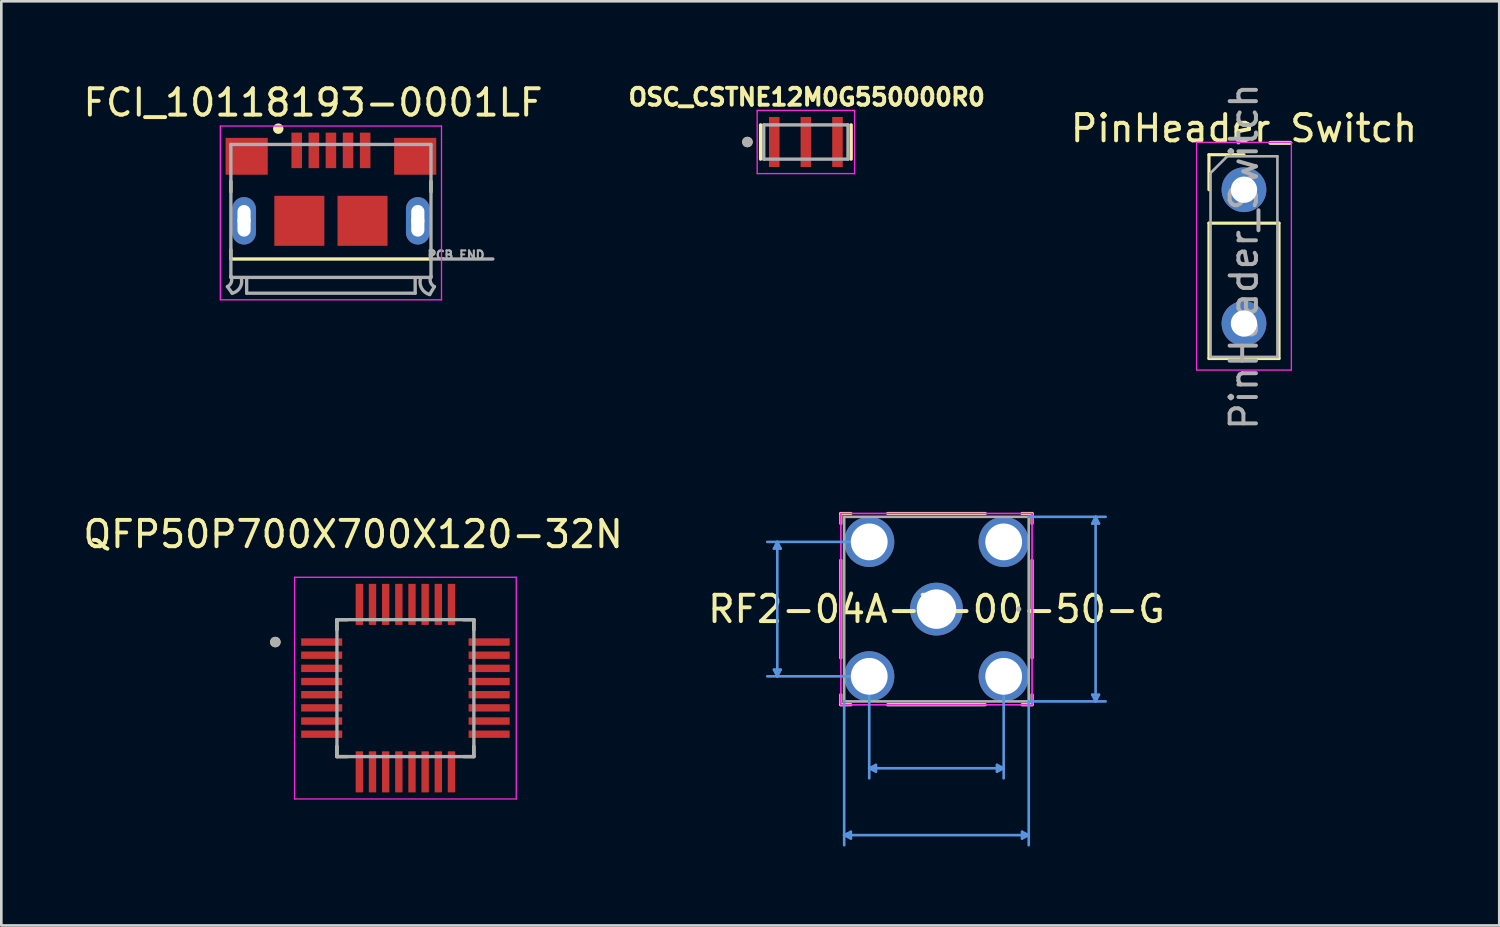
<source format=kicad_pcb>
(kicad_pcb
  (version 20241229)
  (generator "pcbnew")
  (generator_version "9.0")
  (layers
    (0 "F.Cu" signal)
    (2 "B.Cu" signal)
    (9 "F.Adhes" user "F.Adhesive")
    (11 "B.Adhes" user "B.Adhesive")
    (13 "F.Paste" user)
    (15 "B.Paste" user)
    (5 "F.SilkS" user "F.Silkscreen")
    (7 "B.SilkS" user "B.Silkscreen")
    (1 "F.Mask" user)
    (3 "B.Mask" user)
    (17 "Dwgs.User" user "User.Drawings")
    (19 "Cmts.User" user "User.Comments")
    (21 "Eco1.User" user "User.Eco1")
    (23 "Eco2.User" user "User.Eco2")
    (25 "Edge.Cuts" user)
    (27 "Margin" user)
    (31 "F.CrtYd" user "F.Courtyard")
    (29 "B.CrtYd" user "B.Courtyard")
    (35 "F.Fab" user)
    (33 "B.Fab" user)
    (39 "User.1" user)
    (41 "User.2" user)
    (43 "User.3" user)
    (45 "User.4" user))
  (footprint "QFP50P700X700X120-32N"
    (layer "F.Cu")
    (at 12.348 23.086)
    (property "Reference" "QFP50P700X700X120-32N" (at -1.985 -5.845 0) (layer "F.SilkS") (effects (font (size 1 1) (thickness 0.15))))
    (attr through_hole)
    (fp_line (start -2.6 -2.6) (end -2.6 -2.21) (stroke (width 0.127) (type solid)) (layer "F.SilkS"))
    (fp_line (start -2.6 -2.6) (end -2.21 -2.6) (stroke (width 0.127) (type solid)) (layer "F.SilkS"))
    (fp_line (start -2.6 2.6) (end -2.6 2.21) (stroke (width 0.127) (type solid)) (layer "F.SilkS"))
    (fp_line (start -2.6 2.6) (end -2.21 2.6) (stroke (width 0.127) (type solid)) (layer "F.SilkS"))
    (fp_line (start 2.6 -2.6) (end 2.21 -2.6) (stroke (width 0.127) (type solid)) (layer "F.SilkS"))
    (fp_line (start 2.6 -2.6) (end 2.6 -2.21) (stroke (width 0.127) (type solid)) (layer "F.SilkS"))
    (fp_line (start 2.6 2.6) (end 2.21 2.6) (stroke (width 0.127) (type solid)) (layer "F.SilkS"))
    (fp_line (start 2.6 2.6) (end 2.6 2.21) (stroke (width 0.127) (type solid)) (layer "F.SilkS"))
    (fp_circle (center -4.94 -1.75) (end -4.84 -1.75) (stroke (width 0.2) (type solid)) (fill no) (layer "F.SilkS"))
    (fp_line (start -4.21 -4.21) (end 4.21 -4.21) (stroke (width 0.05) (type solid)) (layer "F.CrtYd"))
    (fp_line (start -4.21 4.21) (end -4.21 -4.21) (stroke (width 0.05) (type solid)) (layer "F.CrtYd"))
    (fp_line (start -4.21 4.21) (end 4.21 4.21) (stroke (width 0.05) (type solid)) (layer "F.CrtYd"))
    (fp_line (start 4.21 4.21) (end 4.21 -4.21) (stroke (width 0.05) (type solid)) (layer "F.CrtYd"))
    (fp_line (start -2.6 2.6) (end -2.6 -2.6) (stroke (width 0.127) (type solid)) (layer "F.Fab"))
    (fp_line (start 2.6 -2.6) (end -2.6 -2.6) (stroke (width 0.127) (type solid)) (layer "F.Fab"))
    (fp_line (start 2.6 2.6) (end -2.6 2.6) (stroke (width 0.127) (type solid)) (layer "F.Fab"))
    (fp_line (start 2.6 2.6) (end 2.6 -2.6) (stroke (width 0.127) (type solid)) (layer "F.Fab"))
    (fp_circle (center -4.94 -1.75) (end -4.84 -1.75) (stroke (width 0.2) (type solid)) (fill no) (layer "F.Fab"))
    (pad "1" smd roundrect (at -3.18 -1.75) (size 1.56 0.28) (layers "F.Cu" "F.Mask" "F.Paste") (roundrect_rratio 0.04))
    (pad "2" smd roundrect (at -3.18 -1.25) (size 1.56 0.28) (layers "F.Cu" "F.Mask" "F.Paste") (roundrect_rratio 0.04))
    (pad "3" smd roundrect (at -3.18 -0.75) (size 1.56 0.28) (layers "F.Cu" "F.Mask" "F.Paste") (roundrect_rratio 0.04))
    (pad "4" smd roundrect (at -3.18 -0.25) (size 1.56 0.28) (layers "F.Cu" "F.Mask" "F.Paste") (roundrect_rratio 0.04))
    (pad "5" smd roundrect (at -3.18 0.25) (size 1.56 0.28) (layers "F.Cu" "F.Mask" "F.Paste") (roundrect_rratio 0.04))
    (pad "6" smd roundrect (at -3.18 0.75) (size 1.56 0.28) (layers "F.Cu" "F.Mask" "F.Paste") (roundrect_rratio 0.04))
    (pad "7" smd roundrect (at -3.18 1.25) (size 1.56 0.28) (layers "F.Cu" "F.Mask" "F.Paste") (roundrect_rratio 0.04))
    (pad "8" smd roundrect (at -3.18 1.75) (size 1.56 0.28) (layers "F.Cu" "F.Mask" "F.Paste") (roundrect_rratio 0.04))
    (pad "9" smd roundrect (at -1.75 3.18 90) (size 1.56 0.28) (layers "F.Cu" "F.Mask" "F.Paste") (roundrect_rratio 0.04))
    (pad "10" smd roundrect (at -1.25 3.18 90) (size 1.56 0.28) (layers "F.Cu" "F.Mask" "F.Paste") (roundrect_rratio 0.04))
    (pad "11" smd roundrect (at -0.75 3.18 90) (size 1.56 0.28) (layers "F.Cu" "F.Mask" "F.Paste") (roundrect_rratio 0.04))
    (pad "12" smd roundrect (at -0.25 3.18 90) (size 1.56 0.28) (layers "F.Cu" "F.Mask" "F.Paste") (roundrect_rratio 0.04))
    (pad "13" smd roundrect (at 0.25 3.18 90) (size 1.56 0.28) (layers "F.Cu" "F.Mask" "F.Paste") (roundrect_rratio 0.04))
    (pad "14" smd roundrect (at 0.75 3.18 90) (size 1.56 0.28) (layers "F.Cu" "F.Mask" "F.Paste") (roundrect_rratio 0.04))
    (pad "15" smd roundrect (at 1.25 3.18 90) (size 1.56 0.28) (layers "F.Cu" "F.Mask" "F.Paste") (roundrect_rratio 0.04))
    (pad "16" smd roundrect (at 1.75 3.18 90) (size 1.56 0.28) (layers "F.Cu" "F.Mask" "F.Paste") (roundrect_rratio 0.04))
    (pad "17" smd roundrect (at 3.18 1.75) (size 1.56 0.28) (layers "F.Cu" "F.Mask" "F.Paste") (roundrect_rratio 0.04))
    (pad "18" smd roundrect (at 3.18 1.25) (size 1.56 0.28) (layers "F.Cu" "F.Mask" "F.Paste") (roundrect_rratio 0.04))
    (pad "19" smd roundrect (at 3.18 0.75) (size 1.56 0.28) (layers "F.Cu" "F.Mask" "F.Paste") (roundrect_rratio 0.04))
    (pad "20" smd roundrect (at 3.18 0.25) (size 1.56 0.28) (layers "F.Cu" "F.Mask" "F.Paste") (roundrect_rratio 0.04))
    (pad "21" smd roundrect (at 3.18 -0.25) (size 1.56 0.28) (layers "F.Cu" "F.Mask" "F.Paste") (roundrect_rratio 0.04))
    (pad "22" smd roundrect (at 3.18 -0.75) (size 1.56 0.28) (layers "F.Cu" "F.Mask" "F.Paste") (roundrect_rratio 0.04))
    (pad "23" smd roundrect (at 3.18 -1.25) (size 1.56 0.28) (layers "F.Cu" "F.Mask" "F.Paste") (roundrect_rratio 0.04))
    (pad "24" smd roundrect (at 3.18 -1.75) (size 1.56 0.28) (layers "F.Cu" "F.Mask" "F.Paste") (roundrect_rratio 0.04))
    (pad "25" smd roundrect (at 1.75 -3.18 90) (size 1.56 0.28) (layers "F.Cu" "F.Mask" "F.Paste") (roundrect_rratio 0.04))
    (pad "26" smd roundrect (at 1.25 -3.18 90) (size 1.56 0.28) (layers "F.Cu" "F.Mask" "F.Paste") (roundrect_rratio 0.04))
    (pad "27" smd roundrect (at 0.75 -3.18 90) (size 1.56 0.28) (layers "F.Cu" "F.Mask" "F.Paste") (roundrect_rratio 0.04))
    (pad "28" smd roundrect (at 0.25 -3.18 90) (size 1.56 0.28) (layers "F.Cu" "F.Mask" "F.Paste") (roundrect_rratio 0.04))
    (pad "29" smd roundrect (at -0.25 -3.18 90) (size 1.56 0.28) (layers "F.Cu" "F.Mask" "F.Paste") (roundrect_rratio 0.04))
    (pad "30" smd roundrect (at -0.75 -3.18 90) (size 1.56 0.28) (layers "F.Cu" "F.Mask" "F.Paste") (roundrect_rratio 0.04))
    (pad "31" smd roundrect (at -1.25 -3.18 90) (size 1.56 0.28) (layers "F.Cu" "F.Mask" "F.Paste") (roundrect_rratio 0.04))
    (pad "32" smd roundrect (at -1.75 -3.18 90) (size 1.56 0.28) (layers "F.Cu" "F.Mask" "F.Paste") (roundrect_rratio 0.04)))
  (footprint "PinHeader_Switch"
    (layer "F.Cu")
    (at 44.198 4.156)
    (property "Reference" "PinHeader_Switch" (at 0 -2.33 0) (layer "F.SilkS") (effects (font (size 1 1) (thickness 0.15))))
    (attr through_hole)
    (fp_line (start -1.33 -1.33) (end 0 -1.33) (stroke (width 0.12) (type solid)) (layer "F.SilkS"))
    (fp_line (start -1.33 0) (end -1.33 -1.33) (stroke (width 0.12) (type solid)) (layer "F.SilkS"))
    (fp_line (start -1.33 1.27) (end -1.33 6.41) (stroke (width 0.12) (type solid)) (layer "F.SilkS"))
    (fp_line (start -1.33 1.27) (end 1.33 1.27) (stroke (width 0.12) (type solid)) (layer "F.SilkS"))
    (fp_line (start -1.33 6.41) (end 1.33 6.41) (stroke (width 0.12) (type solid)) (layer "F.SilkS"))
    (fp_line (start 1.33 1.27) (end 1.33 6.41) (stroke (width 0.12) (type solid)) (layer "F.SilkS"))
    (fp_line (start -1.8 -1.8) (end -1.8 6.85) (stroke (width 0.05) (type solid)) (layer "F.CrtYd"))
    (fp_line (start -1.8 6.85) (end 1.8 6.85) (stroke (width 0.05) (type solid)) (layer "F.CrtYd"))
    (fp_line (start 1.8 -1.8) (end -1.8 -1.8) (stroke (width 0.05) (type solid)) (layer "F.CrtYd"))
    (fp_line (start 1.8 6.85) (end 1.8 -1.8) (stroke (width 0.05) (type solid)) (layer "F.CrtYd"))
    (fp_line (start -1.27 -0.635) (end -0.635 -1.27) (stroke (width 0.1) (type solid)) (layer "F.Fab"))
    (fp_line (start -1.27 6.35) (end -1.27 -0.635) (stroke (width 0.1) (type solid)) (layer "F.Fab"))
    (fp_line (start -0.635 -1.27) (end 1.27 -1.27) (stroke (width 0.1) (type solid)) (layer "F.Fab"))
    (fp_line (start 1.27 -1.27) (end 1.27 6.35) (stroke (width 0.1) (type solid)) (layer "F.Fab"))
    (fp_line (start 1.27 6.35) (end -1.27 6.35) (stroke (width 0.1) (type solid)) (layer "F.Fab"))
    (fp_text user "${REFERENCE}" (at 0 2.54 90) (layer "F.Fab") (effects (font (size 1 1) (thickness 0.15))))
    (pad "1" thru_hole circle (at 0 0) (size 1.7 1.7) (drill 1) (layers "*.Cu" "*.Mask"))
    (pad "2" thru_hole oval (at 0 5.08) (size 1.7 1.7) (drill 1) (layers "*.Cu" "*.Mask")))
  (footprint "RF2-04A-T-00-50-G"
    (layer "F.Cu")
    (at 32.518 20.085)
    (property "Reference" "RF2-04A-T-00-50-G" (at 0 0 0) (layer "F.SilkS") (effects (font (size 1 1) (thickness 0.15))))
    (attr through_hole)
    (fp_line (start -3.632 -3.632) (end -3.632 -3.25) (stroke (width 0.12) (type solid)) (layer "F.SilkS"))
    (fp_line (start -3.632 -1.855) (end -3.632 1.855) (stroke (width 0.12) (type solid)) (layer "F.SilkS"))
    (fp_line (start -3.632 3.25) (end -3.632 3.632) (stroke (width 0.12) (type solid)) (layer "F.SilkS"))
    (fp_line (start -3.632 3.632) (end -3.25 3.632) (stroke (width 0.12) (type solid)) (layer "F.SilkS"))
    (fp_line (start -3.25 -3.632) (end -3.632 -3.632) (stroke (width 0.12) (type solid)) (layer "F.SilkS"))
    (fp_line (start -1.855 3.632) (end 1.855 3.632) (stroke (width 0.12) (type solid)) (layer "F.SilkS"))
    (fp_line (start 1.855 -3.632) (end -1.855 -3.632) (stroke (width 0.12) (type solid)) (layer "F.SilkS"))
    (fp_line (start 3.25 3.632) (end 3.632 3.632) (stroke (width 0.12) (type solid)) (layer "F.SilkS"))
    (fp_line (start 3.632 -3.632) (end 3.25 -3.632) (stroke (width 0.12) (type solid)) (layer "F.SilkS"))
    (fp_line (start 3.632 -3.25) (end 3.632 -3.632) (stroke (width 0.12) (type solid)) (layer "F.SilkS"))
    (fp_line (start 3.632 1.855) (end 3.632 -1.855) (stroke (width 0.12) (type solid)) (layer "F.SilkS"))
    (fp_line (start 3.632 3.632) (end 3.632 3.25) (stroke (width 0.12) (type solid)) (layer "F.SilkS"))
    (fp_line (start -6.172 -2.299) (end -5.918 -2.299) (stroke (width 0.1) (type solid)) (layer "Cmts.User"))
    (fp_line (start -6.172 2.299) (end -5.918 2.299) (stroke (width 0.1) (type solid)) (layer "Cmts.User"))
    (fp_line (start -6.045 -2.553) (end -6.172 -2.299) (stroke (width 0.1) (type solid)) (layer "Cmts.User"))
    (fp_line (start -6.045 -2.553) (end -6.045 2.553) (stroke (width 0.1) (type solid)) (layer "Cmts.User"))
    (fp_line (start -6.045 -2.553) (end -5.918 -2.299) (stroke (width 0.1) (type solid)) (layer "Cmts.User"))
    (fp_line (start -6.045 2.553) (end -6.172 2.299) (stroke (width 0.1) (type solid)) (layer "Cmts.User"))
    (fp_line (start -6.045 2.553) (end -5.918 2.299) (stroke (width 0.1) (type solid)) (layer "Cmts.User"))
    (fp_line (start -3.505 3.505) (end -3.505 8.966) (stroke (width 0.1) (type solid)) (layer "Cmts.User"))
    (fp_line (start -3.505 8.585) (end -3.251 8.458) (stroke (width 0.1) (type solid)) (layer "Cmts.User"))
    (fp_line (start -3.505 8.585) (end -3.251 8.712) (stroke (width 0.1) (type solid)) (layer "Cmts.User"))
    (fp_line (start -3.505 8.585) (end 3.505 8.585) (stroke (width 0.1) (type solid)) (layer "Cmts.User"))
    (fp_line (start -3.251 8.458) (end -3.251 8.712) (stroke (width 0.1) (type solid)) (layer "Cmts.User"))
    (fp_line (start -2.553 -2.553) (end -6.426 -2.553) (stroke (width 0.1) (type solid)) (layer "Cmts.User"))
    (fp_line (start -2.553 2.553) (end -6.426 2.553) (stroke (width 0.1) (type solid)) (layer "Cmts.User"))
    (fp_line (start -2.553 2.553) (end -2.553 6.426) (stroke (width 0.1) (type solid)) (layer "Cmts.User"))
    (fp_line (start -2.553 6.045) (end -2.299 5.918) (stroke (width 0.1) (type solid)) (layer "Cmts.User"))
    (fp_line (start -2.553 6.045) (end -2.299 6.172) (stroke (width 0.1) (type solid)) (layer "Cmts.User"))
    (fp_line (start -2.553 6.045) (end 2.553 6.045) (stroke (width 0.1) (type solid)) (layer "Cmts.User"))
    (fp_line (start -2.299 5.918) (end -2.299 6.172) (stroke (width 0.1) (type solid)) (layer "Cmts.User"))
    (fp_line (start 2.299 5.918) (end 2.299 6.172) (stroke (width 0.1) (type solid)) (layer "Cmts.User"))
    (fp_line (start 2.553 2.553) (end 2.553 6.426) (stroke (width 0.1) (type solid)) (layer "Cmts.User"))
    (fp_line (start 2.553 6.045) (end 2.299 5.918) (stroke (width 0.1) (type solid)) (layer "Cmts.User"))
    (fp_line (start 2.553 6.045) (end 2.299 6.172) (stroke (width 0.1) (type solid)) (layer "Cmts.User"))
    (fp_line (start 3.251 8.458) (end 3.251 8.712) (stroke (width 0.1) (type solid)) (layer "Cmts.User"))
    (fp_line (start 3.505 -3.505) (end 6.426 -3.505) (stroke (width 0.1) (type solid)) (layer "Cmts.User"))
    (fp_line (start 3.505 3.505) (end 3.505 8.966) (stroke (width 0.1) (type solid)) (layer "Cmts.User"))
    (fp_line (start 3.505 3.505) (end 6.426 3.505) (stroke (width 0.1) (type solid)) (layer "Cmts.User"))
    (fp_line (start 3.505 8.585) (end 3.251 8.458) (stroke (width 0.1) (type solid)) (layer "Cmts.User"))
    (fp_line (start 3.505 8.585) (end 3.251 8.712) (stroke (width 0.1) (type solid)) (layer "Cmts.User"))
    (fp_line (start 5.918 -3.251) (end 6.172 -3.251) (stroke (width 0.1) (type solid)) (layer "Cmts.User"))
    (fp_line (start 5.918 3.251) (end 6.172 3.251) (stroke (width 0.1) (type solid)) (layer "Cmts.User"))
    (fp_line (start 6.045 -3.505) (end 5.918 -3.251) (stroke (width 0.1) (type solid)) (layer "Cmts.User"))
    (fp_line (start 6.045 -3.505) (end 6.045 3.505) (stroke (width 0.1) (type solid)) (layer "Cmts.User"))
    (fp_line (start 6.045 -3.505) (end 6.172 -3.251) (stroke (width 0.1) (type solid)) (layer "Cmts.User"))
    (fp_line (start 6.045 3.505) (end 5.918 3.251) (stroke (width 0.1) (type solid)) (layer "Cmts.User"))
    (fp_line (start 6.045 3.505) (end 6.172 3.251) (stroke (width 0.1) (type solid)) (layer "Cmts.User"))
    (fp_line (start -3.632 -3.632) (end 3.632 -3.632) (stroke (width 0.05) (type solid)) (layer "F.CrtYd"))
    (fp_line (start -3.632 -3.632) (end 3.632 -3.632) (stroke (width 0.05) (type solid)) (layer "F.CrtYd"))
    (fp_line (start -3.632 3.632) (end -3.632 -3.632) (stroke (width 0.05) (type solid)) (layer "F.CrtYd"))
    (fp_line (start -3.632 3.632) (end -3.632 -3.632) (stroke (width 0.05) (type solid)) (layer "F.CrtYd"))
    (fp_line (start 3.632 -3.632) (end 3.632 3.632) (stroke (width 0.05) (type solid)) (layer "F.CrtYd"))
    (fp_line (start 3.632 -3.632) (end 3.632 3.632) (stroke (width 0.05) (type solid)) (layer "F.CrtYd"))
    (fp_line (start 3.632 3.632) (end -3.632 3.632) (stroke (width 0.05) (type solid)) (layer "F.CrtYd"))
    (fp_line (start 3.632 3.632) (end -3.632 3.632) (stroke (width 0.05) (type solid)) (layer "F.CrtYd"))
    (fp_line (start -3.505 -3.505) (end -3.505 3.505) (stroke (width 0.1) (type solid)) (layer "F.Fab"))
    (fp_line (start -3.505 3.505) (end 3.505 3.505) (stroke (width 0.1) (type solid)) (layer "F.Fab"))
    (fp_line (start 3.505 -3.505) (end -3.505 -3.505) (stroke (width 0.1) (type solid)) (layer "F.Fab"))
    (fp_line (start 3.505 3.505) (end 3.505 -3.505) (stroke (width 0.1) (type solid)) (layer "F.Fab"))
    (fp_circle (center 3.124 0) (end 3.124 0) (stroke (width 0.1) (type solid)) (fill no) (layer "F.Fab"))
    (fp_text user "*" (at 0 0 0) (layer "F.SilkS") (effects (font (size 1 1) (thickness 0.15))))
    (fp_text user "Copyright 2021 Accelerated Designs. All rights reserved." (at 0 0 0) (layer "Cmts.User") (effects (font (size 0.127 0.127) (thickness 0.002))))
    (fp_text user "*" (at 0 0 0) (layer "F.Fab") (effects (font (size 1 1) (thickness 0.15))))
    (pad "1" thru_hole circle (at 0 0) (size 2.007 2.007) (drill 1.499) (layers "*.Cu" "*.Mask"))
    (pad "2" thru_hole circle (at -2.553 -2.553) (size 1.905 1.905) (drill 1.397) (layers "*.Cu" "*.Mask"))
    (pad "3" thru_hole circle (at -2.553 2.553) (size 1.905 1.905) (drill 1.397) (layers "*.Cu" "*.Mask"))
    (pad "4" thru_hole circle (at 2.553 2.553) (size 1.905 1.905) (drill 1.397) (layers "*.Cu" "*.Mask"))
    (pad "5" thru_hole circle (at 2.553 -2.553) (size 1.905 1.905) (drill 1.397) (layers "*.Cu" "*.Mask")))
  (footprint "FCI_10118193-0001LF"
    (layer "F.Cu")
    (at 9.519 5.337)
    (property "Reference" "FCI_10118193-0001LF" (at -0.679 -4.489 0) (layer "F.SilkS") (effects (font (size 1 1) (thickness 0.15))))
    (attr through_hole)
    (fp_line (start -3.8 -1.5) (end -3.8 -1.1) (stroke (width 0.127) (type solid)) (layer "F.SilkS"))
    (fp_line (start -3.8 1.1) (end -3.8 1.4) (stroke (width 0.127) (type solid)) (layer "F.SilkS"))
    (fp_line (start -3.8 1.45) (end 3.8 1.45) (stroke (width 0.127) (type solid)) (layer "F.SilkS"))
    (fp_line (start 3.8 -1.1) (end 3.8 -1.5) (stroke (width 0.127) (type solid)) (layer "F.SilkS"))
    (fp_line (start 3.8 1.1) (end 3.8 1.4) (stroke (width 0.127) (type solid)) (layer "F.SilkS"))
    (fp_circle (center -2 -3.5) (end -1.9 -3.5) (stroke (width 0.2) (type solid)) (fill no) (layer "F.SilkS"))
    (fp_line (start -4.2 -3.6) (end -4.2 3) (stroke (width 0.05) (type solid)) (layer "F.CrtYd"))
    (fp_line (start -4.2 3) (end 4.2 3) (stroke (width 0.05) (type solid)) (layer "F.CrtYd"))
    (fp_line (start 4.2 -3.6) (end -4.2 -3.6) (stroke (width 0.05) (type solid)) (layer "F.CrtYd"))
    (fp_line (start 4.2 3) (end 4.2 -3.6) (stroke (width 0.05) (type solid)) (layer "F.CrtYd"))
    (fp_line (start -3.93 2.5) (end -3.75 2.75) (stroke (width 0.127) (type solid)) (layer "F.Fab"))
    (fp_line (start -3.8 -2.9) (end 3.8 -2.9) (stroke (width 0.127) (type solid)) (layer "F.Fab"))
    (fp_line (start -3.8 2.1) (end -3.8 -2.9) (stroke (width 0.127) (type solid)) (layer "F.Fab"))
    (fp_line (start -3.8 2.15) (end -3.8 2.1) (stroke (width 0.127) (type solid)) (layer "F.Fab"))
    (fp_line (start -3.2 2.2) (end -3.2 2.75) (stroke (width 0.127) (type solid)) (layer "F.Fab"))
    (fp_line (start -3.2 2.75) (end 3.2 2.75) (stroke (width 0.127) (type solid)) (layer "F.Fab"))
    (fp_line (start 3.2 2.75) (end 3.2 2.2) (stroke (width 0.127) (type solid)) (layer "F.Fab"))
    (fp_line (start 3.8 -2.9) (end 3.8 1.45) (stroke (width 0.127) (type solid)) (layer "F.Fab"))
    (fp_line (start 3.8 1.45) (end 3.8 2.15) (stroke (width 0.127) (type solid)) (layer "F.Fab"))
    (fp_line (start 3.8 1.45) (end 6.15 1.45) (stroke (width 0.127) (type solid)) (layer "F.Fab"))
    (fp_line (start 3.8 2.15) (end -3.8 2.15) (stroke (width 0.127) (type solid)) (layer "F.Fab"))
    (fp_line (start 3.93 2.5) (end 3.75 2.8) (stroke (width 0.127) (type solid)) (layer "F.Fab"))
    (fp_arc (start -3.8 2.1) (mid -3.782157 2.326924) (end -3.93 2.5) (stroke (width 0.127) (type solid)) (layer "F.Fab"))
    (fp_arc (start -3.4 2.2) (mid -3.461091 2.547487) (end -3.75 2.75) (stroke (width 0.127) (type solid)) (layer "F.Fab"))
    (fp_arc (start 3.75 2.8) (mid 3.450736 2.572487) (end 3.4 2.2) (stroke (width 0.127) (type solid)) (layer "F.Fab"))
    (fp_arc (start 3.93 2.5) (mid 3.782157 2.326924) (end 3.8 2.1) (stroke (width 0.127) (type solid)) (layer "F.Fab"))
    (fp_text user "PCB END" (at 4.75 1.3 0) (layer "F.Fab") (effects (font (size 0.32 0.32) (thickness 0.15))))
    (pad "" np_thru_hole circle (at -3.3 0) (size 0.5 0.5) (drill 0.5) (layers "*.Cu" "*.Mask"))
    (pad "" np_thru_hole circle (at 3.3 0) (size 0.5 0.5) (drill 0.5) (layers "*.Cu" "*.Mask"))
    (pad "1" smd rect (at -1.3 -2.675) (size 0.4 1.35) (layers "F.Cu" "F.Mask" "F.Paste"))
    (pad "2" smd rect (at -0.65 -2.675) (size 0.4 1.35) (layers "F.Cu" "F.Mask" "F.Paste"))
    (pad "3" smd rect (at 0 -2.675) (size 0.4 1.35) (layers "F.Cu" "F.Mask" "F.Paste"))
    (pad "4" smd rect (at 0.65 -2.675) (size 0.4 1.35) (layers "F.Cu" "F.Mask" "F.Paste"))
    (pad "5" smd rect (at 1.3 -2.675) (size 0.4 1.35) (layers "F.Cu" "F.Mask" "F.Paste"))
    (pad "S1" smd rect (at -3.2 -2.45) (size 1.6 1.4) (layers "F.Cu" "F.Mask" "F.Paste"))
    (pad "S2" smd rect (at 3.2 -2.45) (size 1.6 1.4) (layers "F.Cu" "F.Mask" "F.Paste"))
    (pad "S3" smd rect (at 1.2 0) (size 1.9 1.9) (layers "F.Cu" "F.Mask" "F.Paste"))
    (pad "S4" smd rect (at -1.2 0) (size 1.9 1.9) (layers "F.Cu" "F.Mask" "F.Paste"))
    (pad "S5" thru_hole oval (at -3.3 0) (size 0.9 1.8) (drill oval 0.5 1.2) (layers "*.Cu" "*.Mask"))
    (pad "S6" thru_hole oval (at 3.3 0) (size 0.9 1.8) (drill oval 0.5 1.2) (layers "*.Cu" "*.Mask")))
  (footprint "OSC_CSTNE12M0G550000R0"
    (layer "F.Cu")
    (at 27.558 2.344)
    (property "Reference" "OSC_CSTNE12M0G550000R0" (at 0.032 -1.706 0) (layer "F.SilkS") (effects (font (size 0.64 0.64) (thickness 0.15))))
    (attr through_hole)
    (fp_line (start -1.72 -0.65) (end -1.72 0.65) (stroke (width 0.127) (type solid)) (layer "F.SilkS"))
    (fp_line (start 1.72 -0.65) (end 1.72 0.65) (stroke (width 0.127) (type solid)) (layer "F.SilkS"))
    (fp_circle (center -2.22 0) (end -2.12 0) (stroke (width 0.2) (type solid)) (fill no) (layer "F.SilkS"))
    (fp_line (start -1.85 -1.2) (end 1.85 -1.2) (stroke (width 0.05) (type solid)) (layer "F.CrtYd"))
    (fp_line (start -1.85 1.2) (end -1.85 -1.2) (stroke (width 0.05) (type solid)) (layer "F.CrtYd"))
    (fp_line (start 1.85 -1.2) (end 1.85 1.2) (stroke (width 0.05) (type solid)) (layer "F.CrtYd"))
    (fp_line (start 1.85 1.2) (end -1.85 1.2) (stroke (width 0.05) (type solid)) (layer "F.CrtYd"))
    (fp_line (start -1.6 -0.65) (end -1.6 0.65) (stroke (width 0.127) (type solid)) (layer "F.Fab"))
    (fp_line (start -1.6 -0.65) (end 1.6 -0.65) (stroke (width 0.127) (type solid)) (layer "F.Fab"))
    (fp_line (start 1.6 -0.65) (end 1.6 0.65) (stroke (width 0.127) (type solid)) (layer "F.Fab"))
    (fp_line (start 1.6 0.65) (end -1.6 0.65) (stroke (width 0.127) (type solid)) (layer "F.Fab"))
    (fp_circle (center -2.22 0) (end -2.12 0) (stroke (width 0.2) (type solid)) (fill no) (layer "F.Fab"))
    (pad "1" smd rect (at -1.2 0) (size 0.4 1.9) (layers "F.Cu" "F.Mask" "F.Paste"))
    (pad "2" smd rect (at 0 0) (size 0.4 1.9) (layers "F.Cu" "F.Mask" "F.Paste"))
    (pad "3" smd rect (at 1.2 0) (size 0.4 1.9) (layers "F.Cu" "F.Mask" "F.Paste")))
  (gr_rect
    (start -3 -3)
    (end 53.894 32.101)
    (stroke (width 0.1) (type default))
    (fill no)
    (layer "Edge.Cuts")))
</source>
